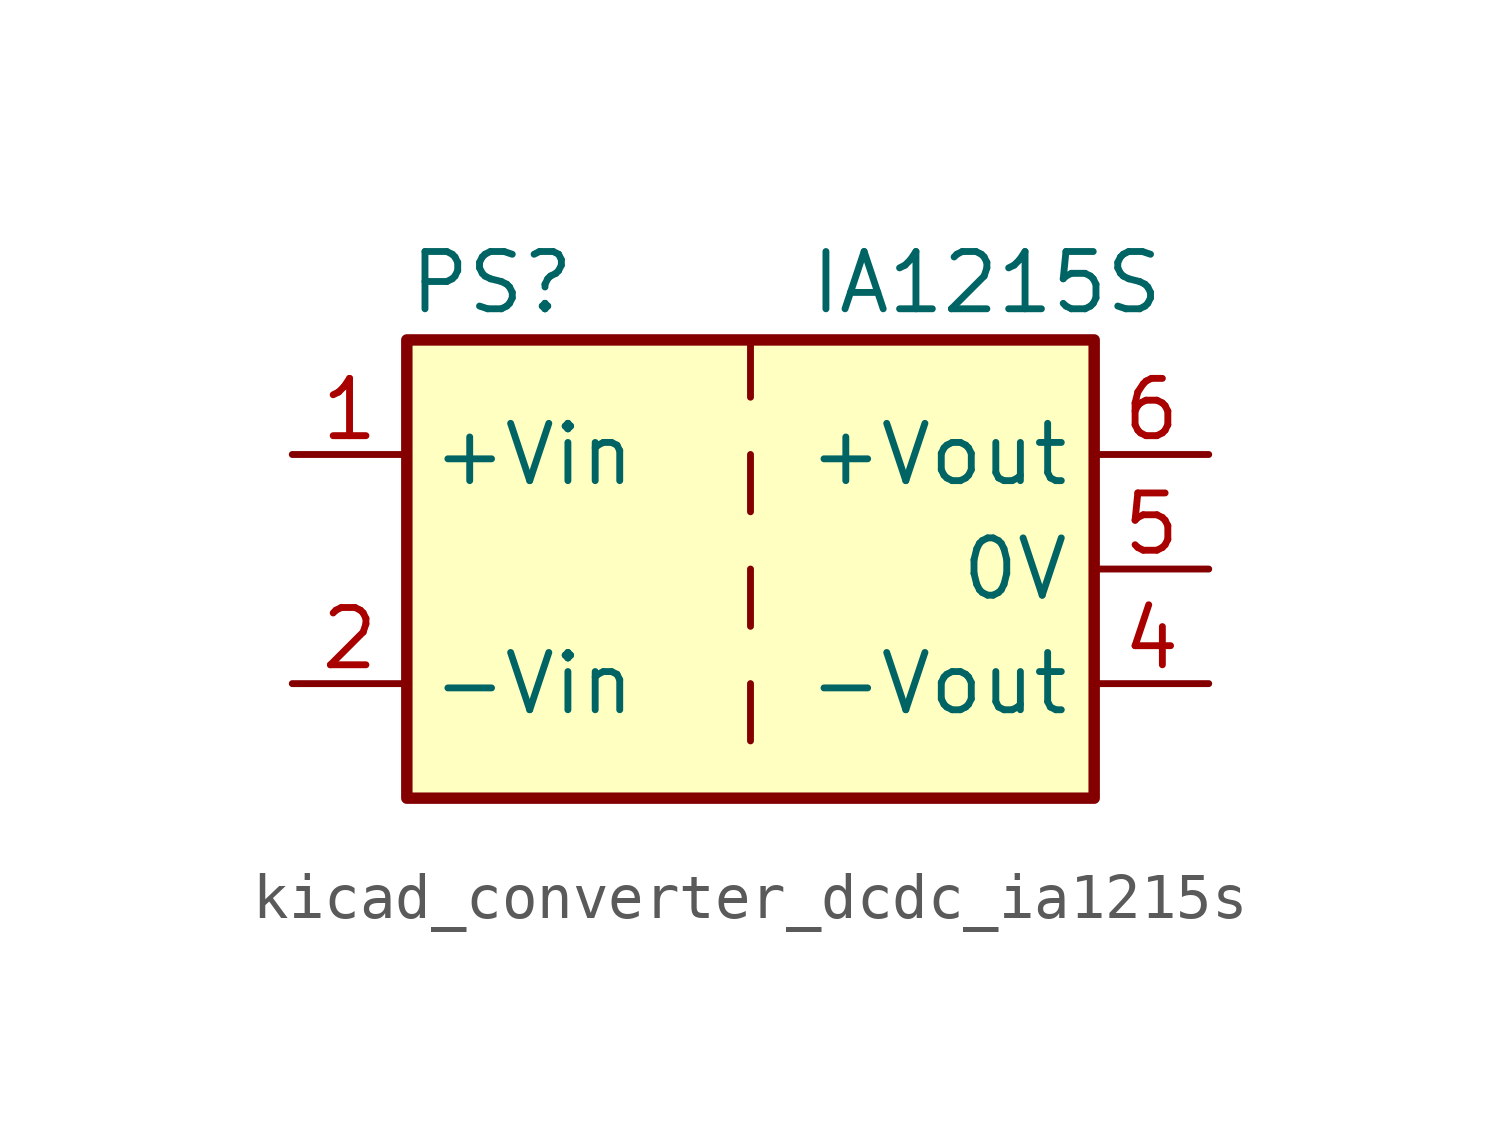
<source format=kicad_sym>
(kicad_symbol_lib
  (version 20220914)
  (generator kicad_symbol_editor)
  (symbol "kicad_converter_dcdc_ia1215s"
    (property "Reference" "PS"
      (at -7.62 6.35 0)
      (effects (font (size 1.27 1.27)) (justify left)))
    (property "Value" "IA1215S"
      (at 1.27 6.35 0)
      (effects (font (size 1.27 1.27)) (justify left)))
    (symbol "kicad_converter_dcdc_ia1215s_0_0"
      (pin power_in line (at -10.16 2.54 0) (length 2.54) (name "+Vin" (effects (font (size 1.27 1.27)))) (number "1" (effects (font (size 1.27 1.27)))))
      (pin power_in line (at -10.16 -2.54 0) (length 2.54) (name "-Vin" (effects (font (size 1.27 1.27)))) (number "2" (effects (font (size 1.27 1.27)))))
      (pin power_out line (at 10.16 -2.54 180) (length 2.54) (name "-Vout" (effects (font (size 1.27 1.27)))) (number "4" (effects (font (size 1.27 1.27)))))
      (pin power_out line (at 10.16 0 180) (length 2.54) (name "0V" (effects (font (size 1.27 1.27)))) (number "5" (effects (font (size 1.27 1.27)))))
      (pin power_out line (at 10.16 2.54 180) (length 2.54) (name "+Vout" (effects (font (size 1.27 1.27)))) (number "6" (effects (font (size 1.27 1.27))))))
    (symbol "kicad_converter_dcdc_ia1215s_0_1"
      (rectangle (start -7.62 5.08) (end 7.62 -5.08) (stroke (width 0.254) (type default)) (fill (type background)))
      (polyline (pts (xy 0 -2.54) (xy 0 -3.81)) (stroke (width 0) (type default)) (fill (type none)))
      (polyline (pts (xy 0 0) (xy 0 -1.27)) (stroke (width 0) (type default)) (fill (type none)))
      (polyline (pts (xy 0 2.54) (xy 0 1.27)) (stroke (width 0) (type default)) (fill (type none)))
      (polyline (pts (xy 0 5.08) (xy 0 3.81)) (stroke (width 0) (type default)) (fill (type none))))))
</source>
